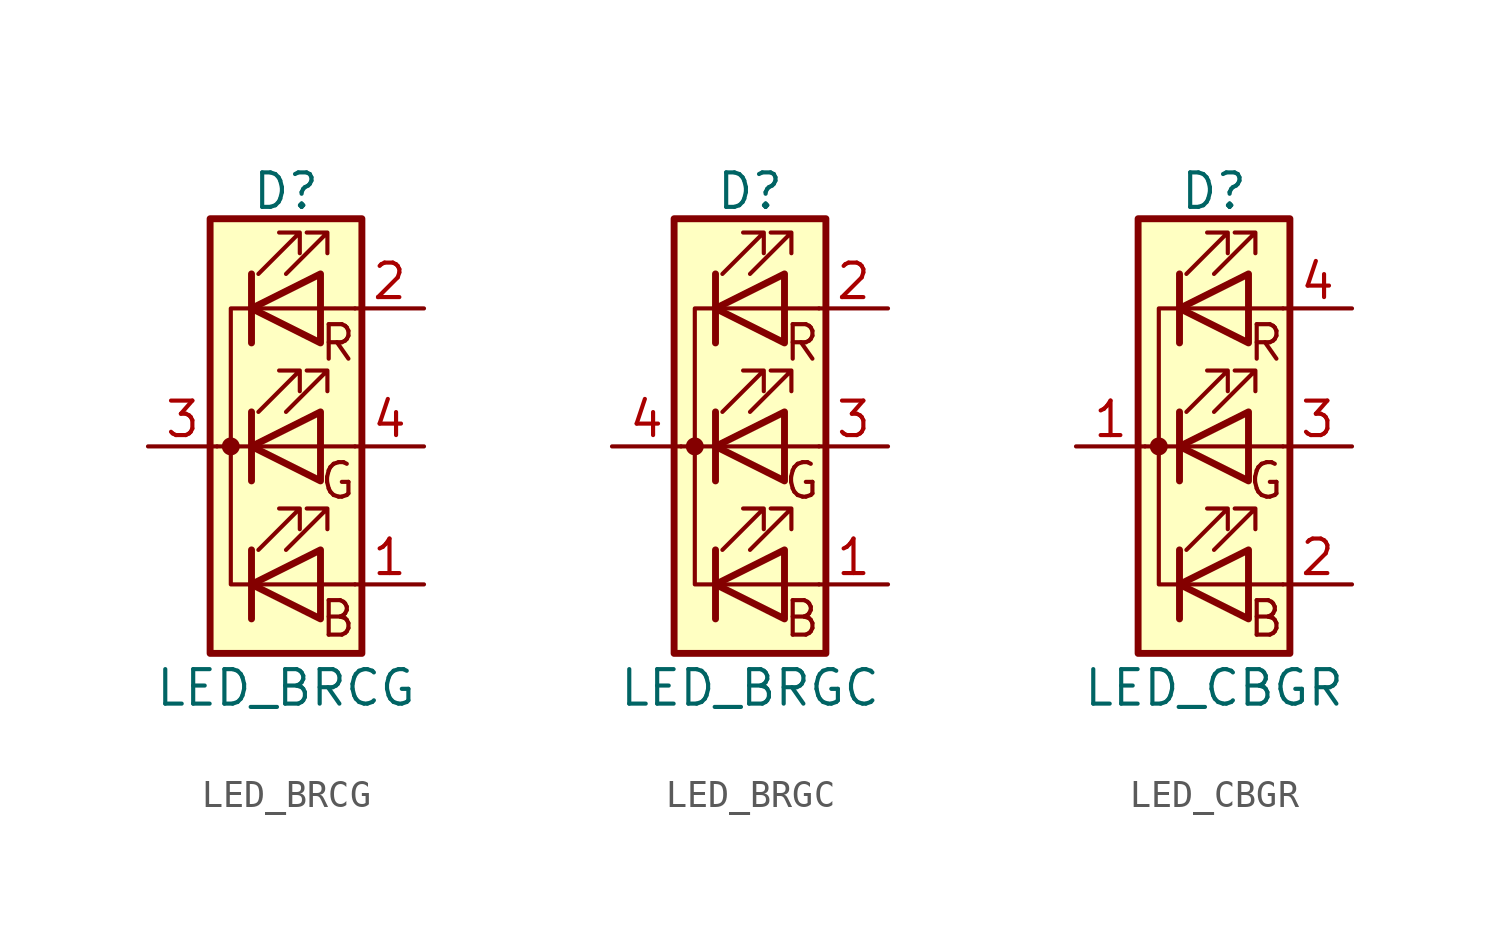
<source format=kicad_sym>
(kicad_symbol_lib
  (version 20211014)
  (generator kicad_symbol_editor)
  (symbol "LED_BRCG"
    (pin_names
      (offset 0) hide)
    (property "Reference" "D"
      (at 0 9.398 0)
      (effects (font (size 1.27 1.27))))
    (property "Value" "LED_BRCG"
      (at 0 -8.89 0)
      (effects (font (size 1.27 1.27))))
    (symbol "LED_BRCG_0_0"
      (text "B" (at 1.905 -6.35 0) (effects (font (size 1.27 1.27))))
      (text "G" (at 1.905 -1.27 0) (effects (font (size 1.27 1.27))))
      (text "R" (at 1.905 3.81 0) (effects (font (size 1.27 1.27)))))
    (symbol "LED_BRCG_0_1"
      (circle (center -2.032 0) (radius 0.254) (stroke (width 0) (type default) (color 0 0 0 0)) (fill (type outline)))
      (polyline (pts (xy -1.27 -5.08) (xy 1.27 -5.08)) (stroke (width 0) (type default) (color 0 0 0 0)) (fill (type none)))
      (polyline (pts (xy -1.27 -3.81) (xy -1.27 -6.35)) (stroke (width 0.254) (type default) (color 0 0 0 0)) (fill (type none)))
      (polyline (pts (xy -1.27 0) (xy -2.54 0)) (stroke (width 0) (type default) (color 0 0 0 0)) (fill (type none)))
      (polyline (pts (xy -1.27 1.27) (xy -1.27 -1.27)) (stroke (width 0.254) (type default) (color 0 0 0 0)) (fill (type none)))
      (polyline (pts (xy -1.27 5.08) (xy 1.27 5.08)) (stroke (width 0) (type default) (color 0 0 0 0)) (fill (type none)))
      (polyline (pts (xy -1.27 6.35) (xy -1.27 3.81)) (stroke (width 0.254) (type default) (color 0 0 0 0)) (fill (type none)))
      (polyline (pts (xy 1.27 -5.08) (xy 2.54 -5.08)) (stroke (width 0) (type default) (color 0 0 0 0)) (fill (type none)))
      (polyline (pts (xy 1.27 0) (xy -1.27 0)) (stroke (width 0) (type default) (color 0 0 0 0)) (fill (type none)))
      (polyline (pts (xy 1.27 0) (xy 2.54 0)) (stroke (width 0) (type default) (color 0 0 0 0)) (fill (type none)))
      (polyline (pts (xy 1.27 5.08) (xy 2.54 5.08)) (stroke (width 0) (type default) (color 0 0 0 0)) (fill (type none)))
      (polyline (pts (xy -1.27 1.27) (xy -1.27 -1.27) (xy -1.27 -1.27)) (stroke (width 0) (type default) (color 0 0 0 0)) (fill (type none)))
      (polyline (pts (xy -1.27 6.35) (xy -1.27 3.81) (xy -1.27 3.81)) (stroke (width 0) (type default) (color 0 0 0 0)) (fill (type none)))
      (polyline (pts (xy -1.27 5.08) (xy -2.032 5.08) (xy -2.032 -5.08) (xy -1.016 -5.08)) (stroke (width 0) (type default) (color 0 0 0 0)) (fill (type none)))
      (polyline (pts (xy 1.27 -3.81) (xy 1.27 -6.35) (xy -1.27 -5.08) (xy 1.27 -3.81)) (stroke (width 0.254) (type default) (color 0 0 0 0)) (fill (type none)))
      (polyline (pts (xy 1.27 1.27) (xy 1.27 -1.27) (xy -1.27 0) (xy 1.27 1.27)) (stroke (width 0.254) (type default) (color 0 0 0 0)) (fill (type none)))
      (polyline (pts (xy 1.27 6.35) (xy 1.27 3.81) (xy -1.27 5.08) (xy 1.27 6.35)) (stroke (width 0.254) (type default) (color 0 0 0 0)) (fill (type none)))
      (polyline (pts (xy -1.016 -3.81) (xy 0.508 -2.286) (xy -0.254 -2.286) (xy 0.508 -2.286) (xy 0.508 -3.048)) (stroke (width 0) (type default) (color 0 0 0 0)) (fill (type none)))
      (polyline (pts (xy -1.016 1.27) (xy 0.508 2.794) (xy -0.254 2.794) (xy 0.508 2.794) (xy 0.508 2.032)) (stroke (width 0) (type default) (color 0 0 0 0)) (fill (type none)))
      (polyline (pts (xy -1.016 6.35) (xy 0.508 7.874) (xy -0.254 7.874) (xy 0.508 7.874) (xy 0.508 7.112)) (stroke (width 0) (type default) (color 0 0 0 0)) (fill (type none)))
      (polyline (pts (xy 0 -3.81) (xy 1.524 -2.286) (xy 0.762 -2.286) (xy 1.524 -2.286) (xy 1.524 -3.048)) (stroke (width 0) (type default) (color 0 0 0 0)) (fill (type none)))
      (polyline (pts (xy 0 1.27) (xy 1.524 2.794) (xy 0.762 2.794) (xy 1.524 2.794) (xy 1.524 2.032)) (stroke (width 0) (type default) (color 0 0 0 0)) (fill (type none)))
      (polyline (pts (xy 0 6.35) (xy 1.524 7.874) (xy 0.762 7.874) (xy 1.524 7.874) (xy 1.524 7.112)) (stroke (width 0) (type default) (color 0 0 0 0)) (fill (type none)))
      (rectangle (start 1.27 -1.27) (end 1.27 1.27) (stroke (width 0) (type default) (color 0 0 0 0)) (fill (type none)))
      (rectangle (start 1.27 1.27) (end 1.27 1.27) (stroke (width 0) (type default) (color 0 0 0 0)) (fill (type none)))
      (rectangle (start 1.27 3.81) (end 1.27 6.35) (stroke (width 0) (type default) (color 0 0 0 0)) (fill (type none)))
      (rectangle (start 1.27 6.35) (end 1.27 6.35) (stroke (width 0) (type default) (color 0 0 0 0)) (fill (type none)))
      (rectangle (start 2.794 8.382) (end -2.794 -7.62) (stroke (width 0.254) (type default) (color 0 0 0 0)) (fill (type background))))
    (symbol "LED_BRCG_1_1"
      (pin passive line (at 5.08 -5.08 180) (length 2.54) (name "BA" (effects (font (size 1.27 1.27)))) (number "1" (effects (font (size 1.27 1.27)))))
      (pin passive line (at 5.08 5.08 180) (length 2.54) (name "RA" (effects (font (size 1.27 1.27)))) (number "2" (effects (font (size 1.27 1.27)))))
      (pin passive line (at -5.08 0 0) (length 2.54) (name "K" (effects (font (size 1.27 1.27)))) (number "3" (effects (font (size 1.27 1.27)))))
      (pin passive line (at 5.08 0 180) (length 2.54) (name "GA" (effects (font (size 1.27 1.27)))) (number "4" (effects (font (size 1.27 1.27)))))))
  (symbol "LED_BRGC"
    (pin_names
      (offset 0) hide)
    (property "Reference" "D"
      (at 0 9.398 0)
      (effects (font (size 1.27 1.27))))
    (property "Value" "LED_BRGC"
      (at 0 -8.89 0)
      (effects (font (size 1.27 1.27))))
    (symbol "LED_BRGC_0_0"
      (text "B" (at 1.905 -6.35 0) (effects (font (size 1.27 1.27))))
      (text "G" (at 1.905 -1.27 0) (effects (font (size 1.27 1.27))))
      (text "R" (at 1.905 3.81 0) (effects (font (size 1.27 1.27)))))
    (symbol "LED_BRGC_0_1"
      (circle (center -2.032 0) (radius 0.254) (stroke (width 0) (type default) (color 0 0 0 0)) (fill (type outline)))
      (polyline (pts (xy -1.27 -5.08) (xy 1.27 -5.08)) (stroke (width 0) (type default) (color 0 0 0 0)) (fill (type none)))
      (polyline (pts (xy -1.27 -3.81) (xy -1.27 -6.35)) (stroke (width 0.254) (type default) (color 0 0 0 0)) (fill (type none)))
      (polyline (pts (xy -1.27 0) (xy -2.54 0)) (stroke (width 0) (type default) (color 0 0 0 0)) (fill (type none)))
      (polyline (pts (xy -1.27 1.27) (xy -1.27 -1.27)) (stroke (width 0.254) (type default) (color 0 0 0 0)) (fill (type none)))
      (polyline (pts (xy -1.27 5.08) (xy 1.27 5.08)) (stroke (width 0) (type default) (color 0 0 0 0)) (fill (type none)))
      (polyline (pts (xy -1.27 6.35) (xy -1.27 3.81)) (stroke (width 0.254) (type default) (color 0 0 0 0)) (fill (type none)))
      (polyline (pts (xy 1.27 -5.08) (xy 2.54 -5.08)) (stroke (width 0) (type default) (color 0 0 0 0)) (fill (type none)))
      (polyline (pts (xy 1.27 0) (xy -1.27 0)) (stroke (width 0) (type default) (color 0 0 0 0)) (fill (type none)))
      (polyline (pts (xy 1.27 0) (xy 2.54 0)) (stroke (width 0) (type default) (color 0 0 0 0)) (fill (type none)))
      (polyline (pts (xy 1.27 5.08) (xy 2.54 5.08)) (stroke (width 0) (type default) (color 0 0 0 0)) (fill (type none)))
      (polyline (pts (xy -1.27 1.27) (xy -1.27 -1.27) (xy -1.27 -1.27)) (stroke (width 0) (type default) (color 0 0 0 0)) (fill (type none)))
      (polyline (pts (xy -1.27 6.35) (xy -1.27 3.81) (xy -1.27 3.81)) (stroke (width 0) (type default) (color 0 0 0 0)) (fill (type none)))
      (polyline (pts (xy -1.27 5.08) (xy -2.032 5.08) (xy -2.032 -5.08) (xy -1.016 -5.08)) (stroke (width 0) (type default) (color 0 0 0 0)) (fill (type none)))
      (polyline (pts (xy 1.27 -3.81) (xy 1.27 -6.35) (xy -1.27 -5.08) (xy 1.27 -3.81)) (stroke (width 0.254) (type default) (color 0 0 0 0)) (fill (type none)))
      (polyline (pts (xy 1.27 1.27) (xy 1.27 -1.27) (xy -1.27 0) (xy 1.27 1.27)) (stroke (width 0.254) (type default) (color 0 0 0 0)) (fill (type none)))
      (polyline (pts (xy 1.27 6.35) (xy 1.27 3.81) (xy -1.27 5.08) (xy 1.27 6.35)) (stroke (width 0.254) (type default) (color 0 0 0 0)) (fill (type none)))
      (polyline (pts (xy -1.016 -3.81) (xy 0.508 -2.286) (xy -0.254 -2.286) (xy 0.508 -2.286) (xy 0.508 -3.048)) (stroke (width 0) (type default) (color 0 0 0 0)) (fill (type none)))
      (polyline (pts (xy -1.016 1.27) (xy 0.508 2.794) (xy -0.254 2.794) (xy 0.508 2.794) (xy 0.508 2.032)) (stroke (width 0) (type default) (color 0 0 0 0)) (fill (type none)))
      (polyline (pts (xy -1.016 6.35) (xy 0.508 7.874) (xy -0.254 7.874) (xy 0.508 7.874) (xy 0.508 7.112)) (stroke (width 0) (type default) (color 0 0 0 0)) (fill (type none)))
      (polyline (pts (xy 0 -3.81) (xy 1.524 -2.286) (xy 0.762 -2.286) (xy 1.524 -2.286) (xy 1.524 -3.048)) (stroke (width 0) (type default) (color 0 0 0 0)) (fill (type none)))
      (polyline (pts (xy 0 1.27) (xy 1.524 2.794) (xy 0.762 2.794) (xy 1.524 2.794) (xy 1.524 2.032)) (stroke (width 0) (type default) (color 0 0 0 0)) (fill (type none)))
      (polyline (pts (xy 0 6.35) (xy 1.524 7.874) (xy 0.762 7.874) (xy 1.524 7.874) (xy 1.524 7.112)) (stroke (width 0) (type default) (color 0 0 0 0)) (fill (type none)))
      (rectangle (start 1.27 -1.27) (end 1.27 1.27) (stroke (width 0) (type default) (color 0 0 0 0)) (fill (type none)))
      (rectangle (start 1.27 1.27) (end 1.27 1.27) (stroke (width 0) (type default) (color 0 0 0 0)) (fill (type none)))
      (rectangle (start 1.27 3.81) (end 1.27 6.35) (stroke (width 0) (type default) (color 0 0 0 0)) (fill (type none)))
      (rectangle (start 1.27 6.35) (end 1.27 6.35) (stroke (width 0) (type default) (color 0 0 0 0)) (fill (type none)))
      (rectangle (start 2.794 8.382) (end -2.794 -7.62) (stroke (width 0.254) (type default) (color 0 0 0 0)) (fill (type background))))
    (symbol "LED_BRGC_1_1"
      (pin passive line (at 5.08 -5.08 180) (length 2.54) (name "BA" (effects (font (size 1.27 1.27)))) (number "1" (effects (font (size 1.27 1.27)))))
      (pin passive line (at 5.08 5.08 180) (length 2.54) (name "RA" (effects (font (size 1.27 1.27)))) (number "2" (effects (font (size 1.27 1.27)))))
      (pin passive line (at 5.08 0 180) (length 2.54) (name "GA" (effects (font (size 1.27 1.27)))) (number "3" (effects (font (size 1.27 1.27)))))
      (pin passive line (at -5.08 0 0) (length 2.54) (name "K" (effects (font (size 1.27 1.27)))) (number "4" (effects (font (size 1.27 1.27)))))))
  (symbol "LED_CBGR"
    (pin_names
      (offset 0) hide)
    (property "Reference" "D"
      (at 0 9.398 0)
      (effects (font (size 1.27 1.27))))
    (property "Value" "LED_CBGR"
      (at 0 -8.89 0)
      (effects (font (size 1.27 1.27))))
    (symbol "LED_CBGR_0_0"
      (text "B" (at 1.905 -6.35 0) (effects (font (size 1.27 1.27))))
      (text "G" (at 1.905 -1.27 0) (effects (font (size 1.27 1.27))))
      (text "R" (at 1.905 3.81 0) (effects (font (size 1.27 1.27)))))
    (symbol "LED_CBGR_0_1"
      (circle (center -2.032 0) (radius 0.254) (stroke (width 0) (type default) (color 0 0 0 0)) (fill (type outline)))
      (polyline (pts (xy -1.27 -5.08) (xy 1.27 -5.08)) (stroke (width 0) (type default) (color 0 0 0 0)) (fill (type none)))
      (polyline (pts (xy -1.27 -3.81) (xy -1.27 -6.35)) (stroke (width 0.254) (type default) (color 0 0 0 0)) (fill (type none)))
      (polyline (pts (xy -1.27 0) (xy -2.54 0)) (stroke (width 0) (type default) (color 0 0 0 0)) (fill (type none)))
      (polyline (pts (xy -1.27 1.27) (xy -1.27 -1.27)) (stroke (width 0.254) (type default) (color 0 0 0 0)) (fill (type none)))
      (polyline (pts (xy -1.27 5.08) (xy 1.27 5.08)) (stroke (width 0) (type default) (color 0 0 0 0)) (fill (type none)))
      (polyline (pts (xy -1.27 6.35) (xy -1.27 3.81)) (stroke (width 0.254) (type default) (color 0 0 0 0)) (fill (type none)))
      (polyline (pts (xy 1.27 -5.08) (xy 2.54 -5.08)) (stroke (width 0) (type default) (color 0 0 0 0)) (fill (type none)))
      (polyline (pts (xy 1.27 0) (xy -1.27 0)) (stroke (width 0) (type default) (color 0 0 0 0)) (fill (type none)))
      (polyline (pts (xy 1.27 0) (xy 2.54 0)) (stroke (width 0) (type default) (color 0 0 0 0)) (fill (type none)))
      (polyline (pts (xy 1.27 5.08) (xy 2.54 5.08)) (stroke (width 0) (type default) (color 0 0 0 0)) (fill (type none)))
      (polyline (pts (xy -1.27 1.27) (xy -1.27 -1.27) (xy -1.27 -1.27)) (stroke (width 0) (type default) (color 0 0 0 0)) (fill (type none)))
      (polyline (pts (xy -1.27 6.35) (xy -1.27 3.81) (xy -1.27 3.81)) (stroke (width 0) (type default) (color 0 0 0 0)) (fill (type none)))
      (polyline (pts (xy -1.27 5.08) (xy -2.032 5.08) (xy -2.032 -5.08) (xy -1.016 -5.08)) (stroke (width 0) (type default) (color 0 0 0 0)) (fill (type none)))
      (polyline (pts (xy 1.27 -3.81) (xy 1.27 -6.35) (xy -1.27 -5.08) (xy 1.27 -3.81)) (stroke (width 0.254) (type default) (color 0 0 0 0)) (fill (type none)))
      (polyline (pts (xy 1.27 1.27) (xy 1.27 -1.27) (xy -1.27 0) (xy 1.27 1.27)) (stroke (width 0.254) (type default) (color 0 0 0 0)) (fill (type none)))
      (polyline (pts (xy 1.27 6.35) (xy 1.27 3.81) (xy -1.27 5.08) (xy 1.27 6.35)) (stroke (width 0.254) (type default) (color 0 0 0 0)) (fill (type none)))
      (polyline (pts (xy -1.016 -3.81) (xy 0.508 -2.286) (xy -0.254 -2.286) (xy 0.508 -2.286) (xy 0.508 -3.048)) (stroke (width 0) (type default) (color 0 0 0 0)) (fill (type none)))
      (polyline (pts (xy -1.016 1.27) (xy 0.508 2.794) (xy -0.254 2.794) (xy 0.508 2.794) (xy 0.508 2.032)) (stroke (width 0) (type default) (color 0 0 0 0)) (fill (type none)))
      (polyline (pts (xy -1.016 6.35) (xy 0.508 7.874) (xy -0.254 7.874) (xy 0.508 7.874) (xy 0.508 7.112)) (stroke (width 0) (type default) (color 0 0 0 0)) (fill (type none)))
      (polyline (pts (xy 0 -3.81) (xy 1.524 -2.286) (xy 0.762 -2.286) (xy 1.524 -2.286) (xy 1.524 -3.048)) (stroke (width 0) (type default) (color 0 0 0 0)) (fill (type none)))
      (polyline (pts (xy 0 1.27) (xy 1.524 2.794) (xy 0.762 2.794) (xy 1.524 2.794) (xy 1.524 2.032)) (stroke (width 0) (type default) (color 0 0 0 0)) (fill (type none)))
      (polyline (pts (xy 0 6.35) (xy 1.524 7.874) (xy 0.762 7.874) (xy 1.524 7.874) (xy 1.524 7.112)) (stroke (width 0) (type default) (color 0 0 0 0)) (fill (type none)))
      (rectangle (start 1.27 -1.27) (end 1.27 1.27) (stroke (width 0) (type default) (color 0 0 0 0)) (fill (type none)))
      (rectangle (start 1.27 1.27) (end 1.27 1.27) (stroke (width 0) (type default) (color 0 0 0 0)) (fill (type none)))
      (rectangle (start 1.27 3.81) (end 1.27 6.35) (stroke (width 0) (type default) (color 0 0 0 0)) (fill (type none)))
      (rectangle (start 1.27 6.35) (end 1.27 6.35) (stroke (width 0) (type default) (color 0 0 0 0)) (fill (type none)))
      (rectangle (start 2.794 8.382) (end -2.794 -7.62) (stroke (width 0.254) (type default) (color 0 0 0 0)) (fill (type background))))
    (symbol "LED_CBGR_1_1"
      (pin passive line (at -5.08 0 0) (length 2.54) (name "K" (effects (font (size 1.27 1.27)))) (number "1" (effects (font (size 1.27 1.27)))))
      (pin passive line (at 5.08 -5.08 180) (length 2.54) (name "BA" (effects (font (size 1.27 1.27)))) (number "2" (effects (font (size 1.27 1.27)))))
      (pin passive line (at 5.08 0 180) (length 2.54) (name "GA" (effects (font (size 1.27 1.27)))) (number "3" (effects (font (size 1.27 1.27)))))
      (pin passive line (at 5.08 5.08 180) (length 2.54) (name "RA" (effects (font (size 1.27 1.27)))) (number "4" (effects (font (size 1.27 1.27))))))))
</source>
